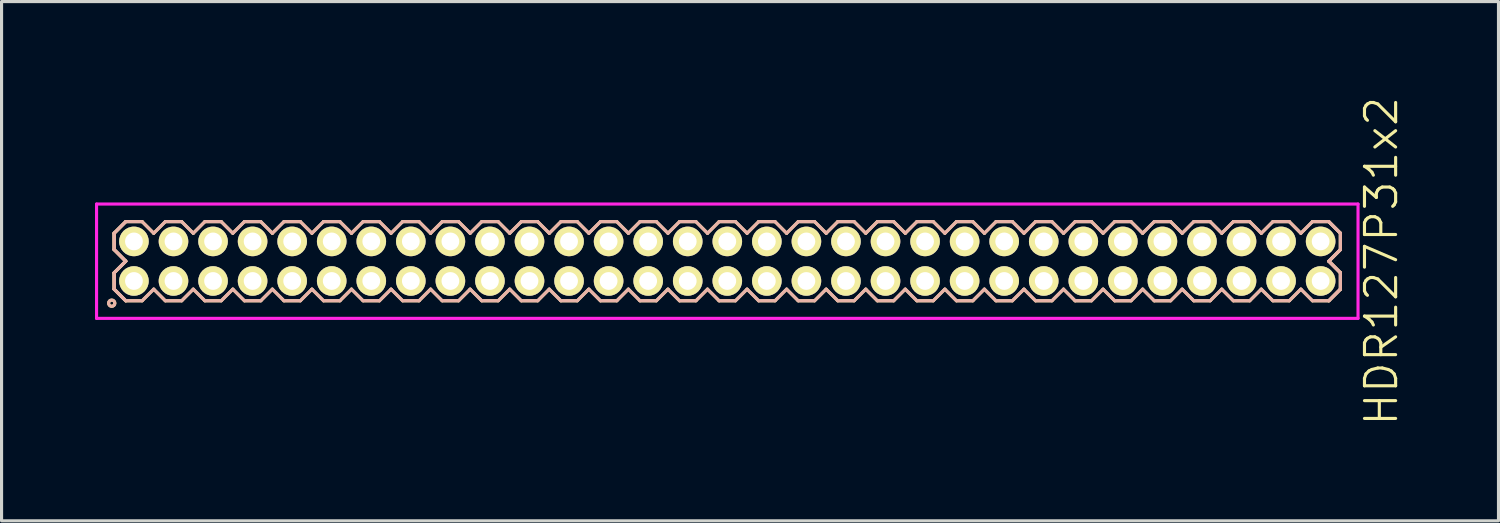
<source format=kicad_pcb>
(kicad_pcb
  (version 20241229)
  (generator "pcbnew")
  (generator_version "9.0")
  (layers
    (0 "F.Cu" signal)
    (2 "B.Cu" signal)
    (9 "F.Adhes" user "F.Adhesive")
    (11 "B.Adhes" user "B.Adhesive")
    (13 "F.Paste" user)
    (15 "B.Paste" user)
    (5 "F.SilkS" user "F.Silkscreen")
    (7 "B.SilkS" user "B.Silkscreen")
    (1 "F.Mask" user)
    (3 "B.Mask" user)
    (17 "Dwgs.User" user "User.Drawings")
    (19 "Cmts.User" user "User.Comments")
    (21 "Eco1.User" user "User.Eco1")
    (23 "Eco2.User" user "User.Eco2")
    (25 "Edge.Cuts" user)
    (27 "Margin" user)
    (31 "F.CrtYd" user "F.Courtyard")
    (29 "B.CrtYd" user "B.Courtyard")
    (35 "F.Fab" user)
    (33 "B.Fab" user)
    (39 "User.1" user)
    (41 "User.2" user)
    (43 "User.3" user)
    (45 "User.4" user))
  (footprint "HDR127P31x2"
    (layer "F.Cu")
    (at 20.3 5.336)
    (property "Reference" "HDR127P31x2" (at 21 0 90) (layer "F.SilkS") (effects (font (size 1 1) (thickness 0.1))))
    (attr through_hole)
    (fp_line (start -19.685 -0.898) (end -19.313 -1.27) (stroke (width 0.1) (type solid)) (layer "F.SilkS"))
    (fp_line (start -19.685 -0.898) (end -19.313 -1.27) (stroke (width 0.1) (type solid)) (layer "F.SilkS"))
    (fp_line (start -19.685 -0.372) (end -19.685 -0.898) (stroke (width 0.1) (type solid)) (layer "F.SilkS"))
    (fp_line (start -19.685 -0.372) (end -19.685 -0.898) (stroke (width 0.1) (type solid)) (layer "F.SilkS"))
    (fp_line (start -19.685 0.372) (end -19.313 0) (stroke (width 0.1) (type solid)) (layer "F.SilkS"))
    (fp_line (start -19.685 0.372) (end -19.313 0) (stroke (width 0.1) (type solid)) (layer "F.SilkS"))
    (fp_line (start -19.685 0.898) (end -19.685 0.372) (stroke (width 0.1) (type solid)) (layer "F.SilkS"))
    (fp_line (start -19.685 0.898) (end -19.685 0.372) (stroke (width 0.1) (type solid)) (layer "F.SilkS"))
    (fp_line (start -19.313 -1.27) (end -18.787 -1.27) (stroke (width 0.1) (type solid)) (layer "F.SilkS"))
    (fp_line (start -19.313 0) (end -19.685 -0.372) (stroke (width 0.1) (type solid)) (layer "F.SilkS"))
    (fp_line (start -19.313 0) (end -19.685 -0.372) (stroke (width 0.1) (type solid)) (layer "F.SilkS"))
    (fp_line (start -19.313 1.27) (end -19.685 0.898) (stroke (width 0.1) (type solid)) (layer "F.SilkS"))
    (fp_line (start -19.313 1.27) (end -19.685 0.898) (stroke (width 0.1) (type solid)) (layer "F.SilkS"))
    (fp_line (start -18.787 -1.27) (end -18.415 -0.898) (stroke (width 0.1) (type solid)) (layer "F.SilkS"))
    (fp_line (start -18.787 1.27) (end -19.313 1.27) (stroke (width 0.1) (type solid)) (layer "F.SilkS"))
    (fp_line (start -18.415 -0.898) (end -18.043 -1.27) (stroke (width 0.1) (type solid)) (layer "F.SilkS"))
    (fp_line (start -18.415 0.898) (end -18.787 1.27) (stroke (width 0.1) (type solid)) (layer "F.SilkS"))
    (fp_line (start -18.043 -1.27) (end -17.517 -1.27) (stroke (width 0.1) (type solid)) (layer "F.SilkS"))
    (fp_line (start -18.043 1.27) (end -18.415 0.898) (stroke (width 0.1) (type solid)) (layer "F.SilkS"))
    (fp_line (start -17.517 -1.27) (end -17.145 -0.898) (stroke (width 0.1) (type solid)) (layer "F.SilkS"))
    (fp_line (start -17.517 1.27) (end -18.043 1.27) (stroke (width 0.1) (type solid)) (layer "F.SilkS"))
    (fp_line (start -17.145 -0.898) (end -16.773 -1.27) (stroke (width 0.1) (type solid)) (layer "F.SilkS"))
    (fp_line (start -17.145 0.898) (end -17.517 1.27) (stroke (width 0.1) (type solid)) (layer "F.SilkS"))
    (fp_line (start -16.773 -1.27) (end -16.247 -1.27) (stroke (width 0.1) (type solid)) (layer "F.SilkS"))
    (fp_line (start -16.773 1.27) (end -17.145 0.898) (stroke (width 0.1) (type solid)) (layer "F.SilkS"))
    (fp_line (start -16.247 -1.27) (end -15.875 -0.898) (stroke (width 0.1) (type solid)) (layer "F.SilkS"))
    (fp_line (start -16.247 1.27) (end -16.773 1.27) (stroke (width 0.1) (type solid)) (layer "F.SilkS"))
    (fp_line (start -15.875 -0.898) (end -15.503 -1.27) (stroke (width 0.1) (type solid)) (layer "F.SilkS"))
    (fp_line (start -15.875 0.898) (end -16.247 1.27) (stroke (width 0.1) (type solid)) (layer "F.SilkS"))
    (fp_line (start -15.503 -1.27) (end -14.977 -1.27) (stroke (width 0.1) (type solid)) (layer "F.SilkS"))
    (fp_line (start -15.503 1.27) (end -15.875 0.898) (stroke (width 0.1) (type solid)) (layer "F.SilkS"))
    (fp_line (start -14.977 -1.27) (end -14.605 -0.898) (stroke (width 0.1) (type solid)) (layer "F.SilkS"))
    (fp_line (start -14.977 1.27) (end -15.503 1.27) (stroke (width 0.1) (type solid)) (layer "F.SilkS"))
    (fp_line (start -14.605 -0.898) (end -14.233 -1.27) (stroke (width 0.1) (type solid)) (layer "F.SilkS"))
    (fp_line (start -14.605 0.898) (end -14.977 1.27) (stroke (width 0.1) (type solid)) (layer "F.SilkS"))
    (fp_line (start -14.233 -1.27) (end -13.707 -1.27) (stroke (width 0.1) (type solid)) (layer "F.SilkS"))
    (fp_line (start -14.233 1.27) (end -14.605 0.898) (stroke (width 0.1) (type solid)) (layer "F.SilkS"))
    (fp_line (start -13.707 -1.27) (end -13.335 -0.898) (stroke (width 0.1) (type solid)) (layer "F.SilkS"))
    (fp_line (start -13.707 1.27) (end -14.233 1.27) (stroke (width 0.1) (type solid)) (layer "F.SilkS"))
    (fp_line (start -13.335 -0.898) (end -12.963 -1.27) (stroke (width 0.1) (type solid)) (layer "F.SilkS"))
    (fp_line (start -13.335 0.898) (end -13.707 1.27) (stroke (width 0.1) (type solid)) (layer "F.SilkS"))
    (fp_line (start -12.963 -1.27) (end -12.437 -1.27) (stroke (width 0.1) (type solid)) (layer "F.SilkS"))
    (fp_line (start -12.963 1.27) (end -13.335 0.898) (stroke (width 0.1) (type solid)) (layer "F.SilkS"))
    (fp_line (start -12.437 -1.27) (end -12.065 -0.898) (stroke (width 0.1) (type solid)) (layer "F.SilkS"))
    (fp_line (start -12.437 1.27) (end -12.963 1.27) (stroke (width 0.1) (type solid)) (layer "F.SilkS"))
    (fp_line (start -12.065 -0.898) (end -11.693 -1.27) (stroke (width 0.1) (type solid)) (layer "F.SilkS"))
    (fp_line (start -12.065 0.898) (end -12.437 1.27) (stroke (width 0.1) (type solid)) (layer "F.SilkS"))
    (fp_line (start -11.693 -1.27) (end -11.167 -1.27) (stroke (width 0.1) (type solid)) (layer "F.SilkS"))
    (fp_line (start -11.693 1.27) (end -12.065 0.898) (stroke (width 0.1) (type solid)) (layer "F.SilkS"))
    (fp_line (start -11.167 -1.27) (end -10.795 -0.898) (stroke (width 0.1) (type solid)) (layer "F.SilkS"))
    (fp_line (start -11.167 1.27) (end -11.693 1.27) (stroke (width 0.1) (type solid)) (layer "F.SilkS"))
    (fp_line (start -10.795 -0.898) (end -10.423 -1.27) (stroke (width 0.1) (type solid)) (layer "F.SilkS"))
    (fp_line (start -10.795 0.898) (end -11.167 1.27) (stroke (width 0.1) (type solid)) (layer "F.SilkS"))
    (fp_line (start -10.423 -1.27) (end -9.897 -1.27) (stroke (width 0.1) (type solid)) (layer "F.SilkS"))
    (fp_line (start -10.423 1.27) (end -10.795 0.898) (stroke (width 0.1) (type solid)) (layer "F.SilkS"))
    (fp_line (start -9.897 -1.27) (end -9.525 -0.898) (stroke (width 0.1) (type solid)) (layer "F.SilkS"))
    (fp_line (start -9.897 1.27) (end -10.423 1.27) (stroke (width 0.1) (type solid)) (layer "F.SilkS"))
    (fp_line (start -9.525 -0.898) (end -9.153 -1.27) (stroke (width 0.1) (type solid)) (layer "F.SilkS"))
    (fp_line (start -9.525 0.898) (end -9.897 1.27) (stroke (width 0.1) (type solid)) (layer "F.SilkS"))
    (fp_line (start -9.153 -1.27) (end -8.627 -1.27) (stroke (width 0.1) (type solid)) (layer "F.SilkS"))
    (fp_line (start -9.153 1.27) (end -9.525 0.898) (stroke (width 0.1) (type solid)) (layer "F.SilkS"))
    (fp_line (start -8.627 -1.27) (end -8.255 -0.898) (stroke (width 0.1) (type solid)) (layer "F.SilkS"))
    (fp_line (start -8.627 1.27) (end -9.153 1.27) (stroke (width 0.1) (type solid)) (layer "F.SilkS"))
    (fp_line (start -8.255 -0.898) (end -7.883 -1.27) (stroke (width 0.1) (type solid)) (layer "F.SilkS"))
    (fp_line (start -8.255 0.898) (end -8.627 1.27) (stroke (width 0.1) (type solid)) (layer "F.SilkS"))
    (fp_line (start -7.883 -1.27) (end -7.357 -1.27) (stroke (width 0.1) (type solid)) (layer "F.SilkS"))
    (fp_line (start -7.883 1.27) (end -8.255 0.898) (stroke (width 0.1) (type solid)) (layer "F.SilkS"))
    (fp_line (start -7.357 -1.27) (end -6.985 -0.898) (stroke (width 0.1) (type solid)) (layer "F.SilkS"))
    (fp_line (start -7.357 1.27) (end -7.883 1.27) (stroke (width 0.1) (type solid)) (layer "F.SilkS"))
    (fp_line (start -6.985 -0.898) (end -6.613 -1.27) (stroke (width 0.1) (type solid)) (layer "F.SilkS"))
    (fp_line (start -6.985 0.898) (end -7.357 1.27) (stroke (width 0.1) (type solid)) (layer "F.SilkS"))
    (fp_line (start -6.613 -1.27) (end -6.087 -1.27) (stroke (width 0.1) (type solid)) (layer "F.SilkS"))
    (fp_line (start -6.613 1.27) (end -6.985 0.898) (stroke (width 0.1) (type solid)) (layer "F.SilkS"))
    (fp_line (start -6.087 -1.27) (end -5.715 -0.898) (stroke (width 0.1) (type solid)) (layer "F.SilkS"))
    (fp_line (start -6.087 1.27) (end -6.613 1.27) (stroke (width 0.1) (type solid)) (layer "F.SilkS"))
    (fp_line (start -5.715 -0.898) (end -5.343 -1.27) (stroke (width 0.1) (type solid)) (layer "F.SilkS"))
    (fp_line (start -5.715 0.898) (end -6.087 1.27) (stroke (width 0.1) (type solid)) (layer "F.SilkS"))
    (fp_line (start -5.343 -1.27) (end -4.817 -1.27) (stroke (width 0.1) (type solid)) (layer "F.SilkS"))
    (fp_line (start -5.343 1.27) (end -5.715 0.898) (stroke (width 0.1) (type solid)) (layer "F.SilkS"))
    (fp_line (start -4.817 -1.27) (end -4.445 -0.898) (stroke (width 0.1) (type solid)) (layer "F.SilkS"))
    (fp_line (start -4.817 1.27) (end -5.343 1.27) (stroke (width 0.1) (type solid)) (layer "F.SilkS"))
    (fp_line (start -4.445 -0.898) (end -4.073 -1.27) (stroke (width 0.1) (type solid)) (layer "F.SilkS"))
    (fp_line (start -4.445 0.898) (end -4.817 1.27) (stroke (width 0.1) (type solid)) (layer "F.SilkS"))
    (fp_line (start -4.073 -1.27) (end -3.547 -1.27) (stroke (width 0.1) (type solid)) (layer "F.SilkS"))
    (fp_line (start -4.073 1.27) (end -4.445 0.898) (stroke (width 0.1) (type solid)) (layer "F.SilkS"))
    (fp_line (start -3.547 -1.27) (end -3.175 -0.898) (stroke (width 0.1) (type solid)) (layer "F.SilkS"))
    (fp_line (start -3.547 1.27) (end -4.073 1.27) (stroke (width 0.1) (type solid)) (layer "F.SilkS"))
    (fp_line (start -3.175 -0.898) (end -2.803 -1.27) (stroke (width 0.1) (type solid)) (layer "F.SilkS"))
    (fp_line (start -3.175 0.898) (end -3.547 1.27) (stroke (width 0.1) (type solid)) (layer "F.SilkS"))
    (fp_line (start -2.803 -1.27) (end -2.277 -1.27) (stroke (width 0.1) (type solid)) (layer "F.SilkS"))
    (fp_line (start -2.803 1.27) (end -3.175 0.898) (stroke (width 0.1) (type solid)) (layer "F.SilkS"))
    (fp_line (start -2.277 -1.27) (end -1.905 -0.898) (stroke (width 0.1) (type solid)) (layer "F.SilkS"))
    (fp_line (start -2.277 1.27) (end -2.803 1.27) (stroke (width 0.1) (type solid)) (layer "F.SilkS"))
    (fp_line (start -1.905 -0.898) (end -1.533 -1.27) (stroke (width 0.1) (type solid)) (layer "F.SilkS"))
    (fp_line (start -1.905 0.898) (end -2.277 1.27) (stroke (width 0.1) (type solid)) (layer "F.SilkS"))
    (fp_line (start -1.533 -1.27) (end -1.007 -1.27) (stroke (width 0.1) (type solid)) (layer "F.SilkS"))
    (fp_line (start -1.533 1.27) (end -1.905 0.898) (stroke (width 0.1) (type solid)) (layer "F.SilkS"))
    (fp_line (start -1.007 -1.27) (end -0.635 -0.898) (stroke (width 0.1) (type solid)) (layer "F.SilkS"))
    (fp_line (start -1.007 1.27) (end -1.533 1.27) (stroke (width 0.1) (type solid)) (layer "F.SilkS"))
    (fp_line (start -0.635 -0.898) (end -0.263 -1.27) (stroke (width 0.1) (type solid)) (layer "F.SilkS"))
    (fp_line (start -0.635 0.898) (end -1.007 1.27) (stroke (width 0.1) (type solid)) (layer "F.SilkS"))
    (fp_line (start -0.263 -1.27) (end 0.263 -1.27) (stroke (width 0.1) (type solid)) (layer "F.SilkS"))
    (fp_line (start -0.263 1.27) (end -0.635 0.898) (stroke (width 0.1) (type solid)) (layer "F.SilkS"))
    (fp_line (start 0.263 -1.27) (end 0.635 -0.898) (stroke (width 0.1) (type solid)) (layer "F.SilkS"))
    (fp_line (start 0.263 1.27) (end -0.263 1.27) (stroke (width 0.1) (type solid)) (layer "F.SilkS"))
    (fp_line (start 0.635 -0.898) (end 1.007 -1.27) (stroke (width 0.1) (type solid)) (layer "F.SilkS"))
    (fp_line (start 0.635 0.898) (end 0.263 1.27) (stroke (width 0.1) (type solid)) (layer "F.SilkS"))
    (fp_line (start 1.007 -1.27) (end 1.533 -1.27) (stroke (width 0.1) (type solid)) (layer "F.SilkS"))
    (fp_line (start 1.007 1.27) (end 0.635 0.898) (stroke (width 0.1) (type solid)) (layer "F.SilkS"))
    (fp_line (start 1.533 -1.27) (end 1.905 -0.898) (stroke (width 0.1) (type solid)) (layer "F.SilkS"))
    (fp_line (start 1.533 1.27) (end 1.007 1.27) (stroke (width 0.1) (type solid)) (layer "F.SilkS"))
    (fp_line (start 1.905 -0.898) (end 2.277 -1.27) (stroke (width 0.1) (type solid)) (layer "F.SilkS"))
    (fp_line (start 1.905 0.898) (end 1.533 1.27) (stroke (width 0.1) (type solid)) (layer "F.SilkS"))
    (fp_line (start 2.277 -1.27) (end 2.803 -1.27) (stroke (width 0.1) (type solid)) (layer "F.SilkS"))
    (fp_line (start 2.277 1.27) (end 1.905 0.898) (stroke (width 0.1) (type solid)) (layer "F.SilkS"))
    (fp_line (start 2.803 -1.27) (end 3.175 -0.898) (stroke (width 0.1) (type solid)) (layer "F.SilkS"))
    (fp_line (start 2.803 1.27) (end 2.277 1.27) (stroke (width 0.1) (type solid)) (layer "F.SilkS"))
    (fp_line (start 3.175 -0.898) (end 3.547 -1.27) (stroke (width 0.1) (type solid)) (layer "F.SilkS"))
    (fp_line (start 3.175 0.898) (end 2.803 1.27) (stroke (width 0.1) (type solid)) (layer "F.SilkS"))
    (fp_line (start 3.547 -1.27) (end 4.073 -1.27) (stroke (width 0.1) (type solid)) (layer "F.SilkS"))
    (fp_line (start 3.547 1.27) (end 3.175 0.898) (stroke (width 0.1) (type solid)) (layer "F.SilkS"))
    (fp_line (start 4.073 -1.27) (end 4.445 -0.898) (stroke (width 0.1) (type solid)) (layer "F.SilkS"))
    (fp_line (start 4.073 1.27) (end 3.547 1.27) (stroke (width 0.1) (type solid)) (layer "F.SilkS"))
    (fp_line (start 4.445 -0.898) (end 4.817 -1.27) (stroke (width 0.1) (type solid)) (layer "F.SilkS"))
    (fp_line (start 4.445 0.898) (end 4.073 1.27) (stroke (width 0.1) (type solid)) (layer "F.SilkS"))
    (fp_line (start 4.817 -1.27) (end 5.343 -1.27) (stroke (width 0.1) (type solid)) (layer "F.SilkS"))
    (fp_line (start 4.817 1.27) (end 4.445 0.898) (stroke (width 0.1) (type solid)) (layer "F.SilkS"))
    (fp_line (start 5.343 -1.27) (end 5.715 -0.898) (stroke (width 0.1) (type solid)) (layer "F.SilkS"))
    (fp_line (start 5.343 1.27) (end 4.817 1.27) (stroke (width 0.1) (type solid)) (layer "F.SilkS"))
    (fp_line (start 5.715 -0.898) (end 6.087 -1.27) (stroke (width 0.1) (type solid)) (layer "F.SilkS"))
    (fp_line (start 5.715 0.898) (end 5.343 1.27) (stroke (width 0.1) (type solid)) (layer "F.SilkS"))
    (fp_line (start 6.087 -1.27) (end 6.613 -1.27) (stroke (width 0.1) (type solid)) (layer "F.SilkS"))
    (fp_line (start 6.087 1.27) (end 5.715 0.898) (stroke (width 0.1) (type solid)) (layer "F.SilkS"))
    (fp_line (start 6.613 -1.27) (end 6.985 -0.898) (stroke (width 0.1) (type solid)) (layer "F.SilkS"))
    (fp_line (start 6.613 1.27) (end 6.087 1.27) (stroke (width 0.1) (type solid)) (layer "F.SilkS"))
    (fp_line (start 6.985 -0.898) (end 7.357 -1.27) (stroke (width 0.1) (type solid)) (layer "F.SilkS"))
    (fp_line (start 6.985 0.898) (end 6.613 1.27) (stroke (width 0.1) (type solid)) (layer "F.SilkS"))
    (fp_line (start 7.357 -1.27) (end 7.883 -1.27) (stroke (width 0.1) (type solid)) (layer "F.SilkS"))
    (fp_line (start 7.357 1.27) (end 6.985 0.898) (stroke (width 0.1) (type solid)) (layer "F.SilkS"))
    (fp_line (start 7.883 -1.27) (end 8.255 -0.898) (stroke (width 0.1) (type solid)) (layer "F.SilkS"))
    (fp_line (start 7.883 1.27) (end 7.357 1.27) (stroke (width 0.1) (type solid)) (layer "F.SilkS"))
    (fp_line (start 8.255 -0.898) (end 8.627 -1.27) (stroke (width 0.1) (type solid)) (layer "F.SilkS"))
    (fp_line (start 8.255 0.898) (end 7.883 1.27) (stroke (width 0.1) (type solid)) (layer "F.SilkS"))
    (fp_line (start 8.627 -1.27) (end 9.153 -1.27) (stroke (width 0.1) (type solid)) (layer "F.SilkS"))
    (fp_line (start 8.627 1.27) (end 8.255 0.898) (stroke (width 0.1) (type solid)) (layer "F.SilkS"))
    (fp_line (start 9.153 -1.27) (end 9.525 -0.898) (stroke (width 0.1) (type solid)) (layer "F.SilkS"))
    (fp_line (start 9.153 1.27) (end 8.627 1.27) (stroke (width 0.1) (type solid)) (layer "F.SilkS"))
    (fp_line (start 9.525 -0.898) (end 9.897 -1.27) (stroke (width 0.1) (type solid)) (layer "F.SilkS"))
    (fp_line (start 9.525 0.898) (end 9.153 1.27) (stroke (width 0.1) (type solid)) (layer "F.SilkS"))
    (fp_line (start 9.897 -1.27) (end 10.423 -1.27) (stroke (width 0.1) (type solid)) (layer "F.SilkS"))
    (fp_line (start 9.897 1.27) (end 9.525 0.898) (stroke (width 0.1) (type solid)) (layer "F.SilkS"))
    (fp_line (start 10.423 -1.27) (end 10.795 -0.898) (stroke (width 0.1) (type solid)) (layer "F.SilkS"))
    (fp_line (start 10.423 1.27) (end 9.897 1.27) (stroke (width 0.1) (type solid)) (layer "F.SilkS"))
    (fp_line (start 10.795 -0.898) (end 11.167 -1.27) (stroke (width 0.1) (type solid)) (layer "F.SilkS"))
    (fp_line (start 10.795 0.898) (end 10.423 1.27) (stroke (width 0.1) (type solid)) (layer "F.SilkS"))
    (fp_line (start 11.167 -1.27) (end 11.693 -1.27) (stroke (width 0.1) (type solid)) (layer "F.SilkS"))
    (fp_line (start 11.167 1.27) (end 10.795 0.898) (stroke (width 0.1) (type solid)) (layer "F.SilkS"))
    (fp_line (start 11.693 -1.27) (end 12.065 -0.898) (stroke (width 0.1) (type solid)) (layer "F.SilkS"))
    (fp_line (start 11.693 1.27) (end 11.167 1.27) (stroke (width 0.1) (type solid)) (layer "F.SilkS"))
    (fp_line (start 12.065 -0.898) (end 12.437 -1.27) (stroke (width 0.1) (type solid)) (layer "F.SilkS"))
    (fp_line (start 12.065 0.898) (end 11.693 1.27) (stroke (width 0.1) (type solid)) (layer "F.SilkS"))
    (fp_line (start 12.437 -1.27) (end 12.963 -1.27) (stroke (width 0.1) (type solid)) (layer "F.SilkS"))
    (fp_line (start 12.437 1.27) (end 12.065 0.898) (stroke (width 0.1) (type solid)) (layer "F.SilkS"))
    (fp_line (start 12.963 -1.27) (end 13.335 -0.898) (stroke (width 0.1) (type solid)) (layer "F.SilkS"))
    (fp_line (start 12.963 1.27) (end 12.437 1.27) (stroke (width 0.1) (type solid)) (layer "F.SilkS"))
    (fp_line (start 13.335 -0.898) (end 13.707 -1.27) (stroke (width 0.1) (type solid)) (layer "F.SilkS"))
    (fp_line (start 13.335 0.898) (end 12.963 1.27) (stroke (width 0.1) (type solid)) (layer "F.SilkS"))
    (fp_line (start 13.707 -1.27) (end 14.233 -1.27) (stroke (width 0.1) (type solid)) (layer "F.SilkS"))
    (fp_line (start 13.707 1.27) (end 13.335 0.898) (stroke (width 0.1) (type solid)) (layer "F.SilkS"))
    (fp_line (start 14.233 -1.27) (end 14.605 -0.898) (stroke (width 0.1) (type solid)) (layer "F.SilkS"))
    (fp_line (start 14.233 1.27) (end 13.707 1.27) (stroke (width 0.1) (type solid)) (layer "F.SilkS"))
    (fp_line (start 14.605 -0.898) (end 14.977 -1.27) (stroke (width 0.1) (type solid)) (layer "F.SilkS"))
    (fp_line (start 14.605 0.898) (end 14.233 1.27) (stroke (width 0.1) (type solid)) (layer "F.SilkS"))
    (fp_line (start 14.977 -1.27) (end 15.503 -1.27) (stroke (width 0.1) (type solid)) (layer "F.SilkS"))
    (fp_line (start 14.977 1.27) (end 14.605 0.898) (stroke (width 0.1) (type solid)) (layer "F.SilkS"))
    (fp_line (start 15.503 -1.27) (end 15.875 -0.898) (stroke (width 0.1) (type solid)) (layer "F.SilkS"))
    (fp_line (start 15.503 1.27) (end 14.977 1.27) (stroke (width 0.1) (type solid)) (layer "F.SilkS"))
    (fp_line (start 15.875 -0.898) (end 16.247 -1.27) (stroke (width 0.1) (type solid)) (layer "F.SilkS"))
    (fp_line (start 15.875 0.898) (end 15.503 1.27) (stroke (width 0.1) (type solid)) (layer "F.SilkS"))
    (fp_line (start 16.247 -1.27) (end 16.773 -1.27) (stroke (width 0.1) (type solid)) (layer "F.SilkS"))
    (fp_line (start 16.247 1.27) (end 15.875 0.898) (stroke (width 0.1) (type solid)) (layer "F.SilkS"))
    (fp_line (start 16.773 -1.27) (end 17.145 -0.898) (stroke (width 0.1) (type solid)) (layer "F.SilkS"))
    (fp_line (start 16.773 1.27) (end 16.247 1.27) (stroke (width 0.1) (type solid)) (layer "F.SilkS"))
    (fp_line (start 17.145 -0.898) (end 17.517 -1.27) (stroke (width 0.1) (type solid)) (layer "F.SilkS"))
    (fp_line (start 17.145 0.898) (end 16.773 1.27) (stroke (width 0.1) (type solid)) (layer "F.SilkS"))
    (fp_line (start 17.517 -1.27) (end 18.043 -1.27) (stroke (width 0.1) (type solid)) (layer "F.SilkS"))
    (fp_line (start 17.517 1.27) (end 17.145 0.898) (stroke (width 0.1) (type solid)) (layer "F.SilkS"))
    (fp_line (start 18.043 -1.27) (end 18.415 -0.898) (stroke (width 0.1) (type solid)) (layer "F.SilkS"))
    (fp_line (start 18.043 1.27) (end 17.517 1.27) (stroke (width 0.1) (type solid)) (layer "F.SilkS"))
    (fp_line (start 18.415 -0.898) (end 18.787 -1.27) (stroke (width 0.1) (type solid)) (layer "F.SilkS"))
    (fp_line (start 18.415 0.898) (end 18.043 1.27) (stroke (width 0.1) (type solid)) (layer "F.SilkS"))
    (fp_line (start 18.787 -1.27) (end 19.313 -1.27) (stroke (width 0.1) (type solid)) (layer "F.SilkS"))
    (fp_line (start 18.787 1.27) (end 18.415 0.898) (stroke (width 0.1) (type solid)) (layer "F.SilkS"))
    (fp_line (start 19.313 -1.27) (end 19.685 -0.898) (stroke (width 0.1) (type solid)) (layer "F.SilkS"))
    (fp_line (start 19.313 -1.27) (end 19.685 -0.898) (stroke (width 0.1) (type solid)) (layer "F.SilkS"))
    (fp_line (start 19.313 0) (end 19.685 0.372) (stroke (width 0.1) (type solid)) (layer "F.SilkS"))
    (fp_line (start 19.313 0) (end 19.685 0.372) (stroke (width 0.1) (type solid)) (layer "F.SilkS"))
    (fp_line (start 19.313 1.27) (end 18.787 1.27) (stroke (width 0.1) (type solid)) (layer "F.SilkS"))
    (fp_line (start 19.685 -0.898) (end 19.685 -0.372) (stroke (width 0.1) (type solid)) (layer "F.SilkS"))
    (fp_line (start 19.685 -0.898) (end 19.685 -0.372) (stroke (width 0.1) (type solid)) (layer "F.SilkS"))
    (fp_line (start 19.685 -0.372) (end 19.313 0) (stroke (width 0.1) (type solid)) (layer "F.SilkS"))
    (fp_line (start 19.685 -0.372) (end 19.313 0) (stroke (width 0.1) (type solid)) (layer "F.SilkS"))
    (fp_line (start 19.685 0.372) (end 19.685 0.898) (stroke (width 0.1) (type solid)) (layer "F.SilkS"))
    (fp_line (start 19.685 0.372) (end 19.685 0.898) (stroke (width 0.1) (type solid)) (layer "F.SilkS"))
    (fp_line (start 19.685 0.898) (end 19.313 1.27) (stroke (width 0.1) (type solid)) (layer "F.SilkS"))
    (fp_line (start 19.685 0.898) (end 19.313 1.27) (stroke (width 0.1) (type solid)) (layer "F.SilkS"))
    (fp_circle (center -19.763 1.348) (end -19.663 1.348) (stroke (width 0.1) (type solid)) (fill no) (layer "F.SilkS"))
    (fp_line (start -19.685 -0.898) (end -19.313 -1.27) (stroke (width 0.1) (type solid)) (layer "B.SilkS"))
    (fp_line (start -19.685 -0.898) (end -19.313 -1.27) (stroke (width 0.1) (type solid)) (layer "B.SilkS"))
    (fp_line (start -19.685 -0.372) (end -19.685 -0.898) (stroke (width 0.1) (type solid)) (layer "B.SilkS"))
    (fp_line (start -19.685 -0.372) (end -19.685 -0.898) (stroke (width 0.1) (type solid)) (layer "B.SilkS"))
    (fp_line (start -19.685 0.372) (end -19.313 0) (stroke (width 0.1) (type solid)) (layer "B.SilkS"))
    (fp_line (start -19.685 0.372) (end -19.313 0) (stroke (width 0.1) (type solid)) (layer "B.SilkS"))
    (fp_line (start -19.685 0.898) (end -19.685 0.372) (stroke (width 0.1) (type solid)) (layer "B.SilkS"))
    (fp_line (start -19.685 0.898) (end -19.685 0.372) (stroke (width 0.1) (type solid)) (layer "B.SilkS"))
    (fp_line (start -19.313 -1.27) (end -18.787 -1.27) (stroke (width 0.1) (type solid)) (layer "B.SilkS"))
    (fp_line (start -19.313 0) (end -19.685 -0.372) (stroke (width 0.1) (type solid)) (layer "B.SilkS"))
    (fp_line (start -19.313 0) (end -19.685 -0.372) (stroke (width 0.1) (type solid)) (layer "B.SilkS"))
    (fp_line (start -19.313 1.27) (end -19.685 0.898) (stroke (width 0.1) (type solid)) (layer "B.SilkS"))
    (fp_line (start -19.313 1.27) (end -19.685 0.898) (stroke (width 0.1) (type solid)) (layer "B.SilkS"))
    (fp_line (start -18.787 -1.27) (end -18.415 -0.898) (stroke (width 0.1) (type solid)) (layer "B.SilkS"))
    (fp_line (start -18.787 1.27) (end -19.313 1.27) (stroke (width 0.1) (type solid)) (layer "B.SilkS"))
    (fp_line (start -18.415 -0.898) (end -18.043 -1.27) (stroke (width 0.1) (type solid)) (layer "B.SilkS"))
    (fp_line (start -18.415 0.898) (end -18.787 1.27) (stroke (width 0.1) (type solid)) (layer "B.SilkS"))
    (fp_line (start -18.043 -1.27) (end -17.517 -1.27) (stroke (width 0.1) (type solid)) (layer "B.SilkS"))
    (fp_line (start -18.043 1.27) (end -18.415 0.898) (stroke (width 0.1) (type solid)) (layer "B.SilkS"))
    (fp_line (start -17.517 -1.27) (end -17.145 -0.898) (stroke (width 0.1) (type solid)) (layer "B.SilkS"))
    (fp_line (start -17.517 1.27) (end -18.043 1.27) (stroke (width 0.1) (type solid)) (layer "B.SilkS"))
    (fp_line (start -17.145 -0.898) (end -16.773 -1.27) (stroke (width 0.1) (type solid)) (layer "B.SilkS"))
    (fp_line (start -17.145 0.898) (end -17.517 1.27) (stroke (width 0.1) (type solid)) (layer "B.SilkS"))
    (fp_line (start -16.773 -1.27) (end -16.247 -1.27) (stroke (width 0.1) (type solid)) (layer "B.SilkS"))
    (fp_line (start -16.773 1.27) (end -17.145 0.898) (stroke (width 0.1) (type solid)) (layer "B.SilkS"))
    (fp_line (start -16.247 -1.27) (end -15.875 -0.898) (stroke (width 0.1) (type solid)) (layer "B.SilkS"))
    (fp_line (start -16.247 1.27) (end -16.773 1.27) (stroke (width 0.1) (type solid)) (layer "B.SilkS"))
    (fp_line (start -15.875 -0.898) (end -15.503 -1.27) (stroke (width 0.1) (type solid)) (layer "B.SilkS"))
    (fp_line (start -15.875 0.898) (end -16.247 1.27) (stroke (width 0.1) (type solid)) (layer "B.SilkS"))
    (fp_line (start -15.503 -1.27) (end -14.977 -1.27) (stroke (width 0.1) (type solid)) (layer "B.SilkS"))
    (fp_line (start -15.503 1.27) (end -15.875 0.898) (stroke (width 0.1) (type solid)) (layer "B.SilkS"))
    (fp_line (start -14.977 -1.27) (end -14.605 -0.898) (stroke (width 0.1) (type solid)) (layer "B.SilkS"))
    (fp_line (start -14.977 1.27) (end -15.503 1.27) (stroke (width 0.1) (type solid)) (layer "B.SilkS"))
    (fp_line (start -14.605 -0.898) (end -14.233 -1.27) (stroke (width 0.1) (type solid)) (layer "B.SilkS"))
    (fp_line (start -14.605 0.898) (end -14.977 1.27) (stroke (width 0.1) (type solid)) (layer "B.SilkS"))
    (fp_line (start -14.233 -1.27) (end -13.707 -1.27) (stroke (width 0.1) (type solid)) (layer "B.SilkS"))
    (fp_line (start -14.233 1.27) (end -14.605 0.898) (stroke (width 0.1) (type solid)) (layer "B.SilkS"))
    (fp_line (start -13.707 -1.27) (end -13.335 -0.898) (stroke (width 0.1) (type solid)) (layer "B.SilkS"))
    (fp_line (start -13.707 1.27) (end -14.233 1.27) (stroke (width 0.1) (type solid)) (layer "B.SilkS"))
    (fp_line (start -13.335 -0.898) (end -12.963 -1.27) (stroke (width 0.1) (type solid)) (layer "B.SilkS"))
    (fp_line (start -13.335 0.898) (end -13.707 1.27) (stroke (width 0.1) (type solid)) (layer "B.SilkS"))
    (fp_line (start -12.963 -1.27) (end -12.437 -1.27) (stroke (width 0.1) (type solid)) (layer "B.SilkS"))
    (fp_line (start -12.963 1.27) (end -13.335 0.898) (stroke (width 0.1) (type solid)) (layer "B.SilkS"))
    (fp_line (start -12.437 -1.27) (end -12.065 -0.898) (stroke (width 0.1) (type solid)) (layer "B.SilkS"))
    (fp_line (start -12.437 1.27) (end -12.963 1.27) (stroke (width 0.1) (type solid)) (layer "B.SilkS"))
    (fp_line (start -12.065 -0.898) (end -11.693 -1.27) (stroke (width 0.1) (type solid)) (layer "B.SilkS"))
    (fp_line (start -12.065 0.898) (end -12.437 1.27) (stroke (width 0.1) (type solid)) (layer "B.SilkS"))
    (fp_line (start -11.693 -1.27) (end -11.167 -1.27) (stroke (width 0.1) (type solid)) (layer "B.SilkS"))
    (fp_line (start -11.693 1.27) (end -12.065 0.898) (stroke (width 0.1) (type solid)) (layer "B.SilkS"))
    (fp_line (start -11.167 -1.27) (end -10.795 -0.898) (stroke (width 0.1) (type solid)) (layer "B.SilkS"))
    (fp_line (start -11.167 1.27) (end -11.693 1.27) (stroke (width 0.1) (type solid)) (layer "B.SilkS"))
    (fp_line (start -10.795 -0.898) (end -10.423 -1.27) (stroke (width 0.1) (type solid)) (layer "B.SilkS"))
    (fp_line (start -10.795 0.898) (end -11.167 1.27) (stroke (width 0.1) (type solid)) (layer "B.SilkS"))
    (fp_line (start -10.423 -1.27) (end -9.897 -1.27) (stroke (width 0.1) (type solid)) (layer "B.SilkS"))
    (fp_line (start -10.423 1.27) (end -10.795 0.898) (stroke (width 0.1) (type solid)) (layer "B.SilkS"))
    (fp_line (start -9.897 -1.27) (end -9.525 -0.898) (stroke (width 0.1) (type solid)) (layer "B.SilkS"))
    (fp_line (start -9.897 1.27) (end -10.423 1.27) (stroke (width 0.1) (type solid)) (layer "B.SilkS"))
    (fp_line (start -9.525 -0.898) (end -9.153 -1.27) (stroke (width 0.1) (type solid)) (layer "B.SilkS"))
    (fp_line (start -9.525 0.898) (end -9.897 1.27) (stroke (width 0.1) (type solid)) (layer "B.SilkS"))
    (fp_line (start -9.153 -1.27) (end -8.627 -1.27) (stroke (width 0.1) (type solid)) (layer "B.SilkS"))
    (fp_line (start -9.153 1.27) (end -9.525 0.898) (stroke (width 0.1) (type solid)) (layer "B.SilkS"))
    (fp_line (start -8.627 -1.27) (end -8.255 -0.898) (stroke (width 0.1) (type solid)) (layer "B.SilkS"))
    (fp_line (start -8.627 1.27) (end -9.153 1.27) (stroke (width 0.1) (type solid)) (layer "B.SilkS"))
    (fp_line (start -8.255 -0.898) (end -7.883 -1.27) (stroke (width 0.1) (type solid)) (layer "B.SilkS"))
    (fp_line (start -8.255 0.898) (end -8.627 1.27) (stroke (width 0.1) (type solid)) (layer "B.SilkS"))
    (fp_line (start -7.883 -1.27) (end -7.357 -1.27) (stroke (width 0.1) (type solid)) (layer "B.SilkS"))
    (fp_line (start -7.883 1.27) (end -8.255 0.898) (stroke (width 0.1) (type solid)) (layer "B.SilkS"))
    (fp_line (start -7.357 -1.27) (end -6.985 -0.898) (stroke (width 0.1) (type solid)) (layer "B.SilkS"))
    (fp_line (start -7.357 1.27) (end -7.883 1.27) (stroke (width 0.1) (type solid)) (layer "B.SilkS"))
    (fp_line (start -6.985 -0.898) (end -6.613 -1.27) (stroke (width 0.1) (type solid)) (layer "B.SilkS"))
    (fp_line (start -6.985 0.898) (end -7.357 1.27) (stroke (width 0.1) (type solid)) (layer "B.SilkS"))
    (fp_line (start -6.613 -1.27) (end -6.087 -1.27) (stroke (width 0.1) (type solid)) (layer "B.SilkS"))
    (fp_line (start -6.613 1.27) (end -6.985 0.898) (stroke (width 0.1) (type solid)) (layer "B.SilkS"))
    (fp_line (start -6.087 -1.27) (end -5.715 -0.898) (stroke (width 0.1) (type solid)) (layer "B.SilkS"))
    (fp_line (start -6.087 1.27) (end -6.613 1.27) (stroke (width 0.1) (type solid)) (layer "B.SilkS"))
    (fp_line (start -5.715 -0.898) (end -5.343 -1.27) (stroke (width 0.1) (type solid)) (layer "B.SilkS"))
    (fp_line (start -5.715 0.898) (end -6.087 1.27) (stroke (width 0.1) (type solid)) (layer "B.SilkS"))
    (fp_line (start -5.343 -1.27) (end -4.817 -1.27) (stroke (width 0.1) (type solid)) (layer "B.SilkS"))
    (fp_line (start -5.343 1.27) (end -5.715 0.898) (stroke (width 0.1) (type solid)) (layer "B.SilkS"))
    (fp_line (start -4.817 -1.27) (end -4.445 -0.898) (stroke (width 0.1) (type solid)) (layer "B.SilkS"))
    (fp_line (start -4.817 1.27) (end -5.343 1.27) (stroke (width 0.1) (type solid)) (layer "B.SilkS"))
    (fp_line (start -4.445 -0.898) (end -4.073 -1.27) (stroke (width 0.1) (type solid)) (layer "B.SilkS"))
    (fp_line (start -4.445 0.898) (end -4.817 1.27) (stroke (width 0.1) (type solid)) (layer "B.SilkS"))
    (fp_line (start -4.073 -1.27) (end -3.547 -1.27) (stroke (width 0.1) (type solid)) (layer "B.SilkS"))
    (fp_line (start -4.073 1.27) (end -4.445 0.898) (stroke (width 0.1) (type solid)) (layer "B.SilkS"))
    (fp_line (start -3.547 -1.27) (end -3.175 -0.898) (stroke (width 0.1) (type solid)) (layer "B.SilkS"))
    (fp_line (start -3.547 1.27) (end -4.073 1.27) (stroke (width 0.1) (type solid)) (layer "B.SilkS"))
    (fp_line (start -3.175 -0.898) (end -2.803 -1.27) (stroke (width 0.1) (type solid)) (layer "B.SilkS"))
    (fp_line (start -3.175 0.898) (end -3.547 1.27) (stroke (width 0.1) (type solid)) (layer "B.SilkS"))
    (fp_line (start -2.803 -1.27) (end -2.277 -1.27) (stroke (width 0.1) (type solid)) (layer "B.SilkS"))
    (fp_line (start -2.803 1.27) (end -3.175 0.898) (stroke (width 0.1) (type solid)) (layer "B.SilkS"))
    (fp_line (start -2.277 -1.27) (end -1.905 -0.898) (stroke (width 0.1) (type solid)) (layer "B.SilkS"))
    (fp_line (start -2.277 1.27) (end -2.803 1.27) (stroke (width 0.1) (type solid)) (layer "B.SilkS"))
    (fp_line (start -1.905 -0.898) (end -1.533 -1.27) (stroke (width 0.1) (type solid)) (layer "B.SilkS"))
    (fp_line (start -1.905 0.898) (end -2.277 1.27) (stroke (width 0.1) (type solid)) (layer "B.SilkS"))
    (fp_line (start -1.533 -1.27) (end -1.007 -1.27) (stroke (width 0.1) (type solid)) (layer "B.SilkS"))
    (fp_line (start -1.533 1.27) (end -1.905 0.898) (stroke (width 0.1) (type solid)) (layer "B.SilkS"))
    (fp_line (start -1.007 -1.27) (end -0.635 -0.898) (stroke (width 0.1) (type solid)) (layer "B.SilkS"))
    (fp_line (start -1.007 1.27) (end -1.533 1.27) (stroke (width 0.1) (type solid)) (layer "B.SilkS"))
    (fp_line (start -0.635 -0.898) (end -0.263 -1.27) (stroke (width 0.1) (type solid)) (layer "B.SilkS"))
    (fp_line (start -0.635 0.898) (end -1.007 1.27) (stroke (width 0.1) (type solid)) (layer "B.SilkS"))
    (fp_line (start -0.263 -1.27) (end 0.263 -1.27) (stroke (width 0.1) (type solid)) (layer "B.SilkS"))
    (fp_line (start -0.263 1.27) (end -0.635 0.898) (stroke (width 0.1) (type solid)) (layer "B.SilkS"))
    (fp_line (start 0.263 -1.27) (end 0.635 -0.898) (stroke (width 0.1) (type solid)) (layer "B.SilkS"))
    (fp_line (start 0.263 1.27) (end -0.263 1.27) (stroke (width 0.1) (type solid)) (layer "B.SilkS"))
    (fp_line (start 0.635 -0.898) (end 1.007 -1.27) (stroke (width 0.1) (type solid)) (layer "B.SilkS"))
    (fp_line (start 0.635 0.898) (end 0.263 1.27) (stroke (width 0.1) (type solid)) (layer "B.SilkS"))
    (fp_line (start 1.007 -1.27) (end 1.533 -1.27) (stroke (width 0.1) (type solid)) (layer "B.SilkS"))
    (fp_line (start 1.007 1.27) (end 0.635 0.898) (stroke (width 0.1) (type solid)) (layer "B.SilkS"))
    (fp_line (start 1.533 -1.27) (end 1.905 -0.898) (stroke (width 0.1) (type solid)) (layer "B.SilkS"))
    (fp_line (start 1.533 1.27) (end 1.007 1.27) (stroke (width 0.1) (type solid)) (layer "B.SilkS"))
    (fp_line (start 1.905 -0.898) (end 2.277 -1.27) (stroke (width 0.1) (type solid)) (layer "B.SilkS"))
    (fp_line (start 1.905 0.898) (end 1.533 1.27) (stroke (width 0.1) (type solid)) (layer "B.SilkS"))
    (fp_line (start 2.277 -1.27) (end 2.803 -1.27) (stroke (width 0.1) (type solid)) (layer "B.SilkS"))
    (fp_line (start 2.277 1.27) (end 1.905 0.898) (stroke (width 0.1) (type solid)) (layer "B.SilkS"))
    (fp_line (start 2.803 -1.27) (end 3.175 -0.898) (stroke (width 0.1) (type solid)) (layer "B.SilkS"))
    (fp_line (start 2.803 1.27) (end 2.277 1.27) (stroke (width 0.1) (type solid)) (layer "B.SilkS"))
    (fp_line (start 3.175 -0.898) (end 3.547 -1.27) (stroke (width 0.1) (type solid)) (layer "B.SilkS"))
    (fp_line (start 3.175 0.898) (end 2.803 1.27) (stroke (width 0.1) (type solid)) (layer "B.SilkS"))
    (fp_line (start 3.547 -1.27) (end 4.073 -1.27) (stroke (width 0.1) (type solid)) (layer "B.SilkS"))
    (fp_line (start 3.547 1.27) (end 3.175 0.898) (stroke (width 0.1) (type solid)) (layer "B.SilkS"))
    (fp_line (start 4.073 -1.27) (end 4.445 -0.898) (stroke (width 0.1) (type solid)) (layer "B.SilkS"))
    (fp_line (start 4.073 1.27) (end 3.547 1.27) (stroke (width 0.1) (type solid)) (layer "B.SilkS"))
    (fp_line (start 4.445 -0.898) (end 4.817 -1.27) (stroke (width 0.1) (type solid)) (layer "B.SilkS"))
    (fp_line (start 4.445 0.898) (end 4.073 1.27) (stroke (width 0.1) (type solid)) (layer "B.SilkS"))
    (fp_line (start 4.817 -1.27) (end 5.343 -1.27) (stroke (width 0.1) (type solid)) (layer "B.SilkS"))
    (fp_line (start 4.817 1.27) (end 4.445 0.898) (stroke (width 0.1) (type solid)) (layer "B.SilkS"))
    (fp_line (start 5.343 -1.27) (end 5.715 -0.898) (stroke (width 0.1) (type solid)) (layer "B.SilkS"))
    (fp_line (start 5.343 1.27) (end 4.817 1.27) (stroke (width 0.1) (type solid)) (layer "B.SilkS"))
    (fp_line (start 5.715 -0.898) (end 6.087 -1.27) (stroke (width 0.1) (type solid)) (layer "B.SilkS"))
    (fp_line (start 5.715 0.898) (end 5.343 1.27) (stroke (width 0.1) (type solid)) (layer "B.SilkS"))
    (fp_line (start 6.087 -1.27) (end 6.613 -1.27) (stroke (width 0.1) (type solid)) (layer "B.SilkS"))
    (fp_line (start 6.087 1.27) (end 5.715 0.898) (stroke (width 0.1) (type solid)) (layer "B.SilkS"))
    (fp_line (start 6.613 -1.27) (end 6.985 -0.898) (stroke (width 0.1) (type solid)) (layer "B.SilkS"))
    (fp_line (start 6.613 1.27) (end 6.087 1.27) (stroke (width 0.1) (type solid)) (layer "B.SilkS"))
    (fp_line (start 6.985 -0.898) (end 7.357 -1.27) (stroke (width 0.1) (type solid)) (layer "B.SilkS"))
    (fp_line (start 6.985 0.898) (end 6.613 1.27) (stroke (width 0.1) (type solid)) (layer "B.SilkS"))
    (fp_line (start 7.357 -1.27) (end 7.883 -1.27) (stroke (width 0.1) (type solid)) (layer "B.SilkS"))
    (fp_line (start 7.357 1.27) (end 6.985 0.898) (stroke (width 0.1) (type solid)) (layer "B.SilkS"))
    (fp_line (start 7.883 -1.27) (end 8.255 -0.898) (stroke (width 0.1) (type solid)) (layer "B.SilkS"))
    (fp_line (start 7.883 1.27) (end 7.357 1.27) (stroke (width 0.1) (type solid)) (layer "B.SilkS"))
    (fp_line (start 8.255 -0.898) (end 8.627 -1.27) (stroke (width 0.1) (type solid)) (layer "B.SilkS"))
    (fp_line (start 8.255 0.898) (end 7.883 1.27) (stroke (width 0.1) (type solid)) (layer "B.SilkS"))
    (fp_line (start 8.627 -1.27) (end 9.153 -1.27) (stroke (width 0.1) (type solid)) (layer "B.SilkS"))
    (fp_line (start 8.627 1.27) (end 8.255 0.898) (stroke (width 0.1) (type solid)) (layer "B.SilkS"))
    (fp_line (start 9.153 -1.27) (end 9.525 -0.898) (stroke (width 0.1) (type solid)) (layer "B.SilkS"))
    (fp_line (start 9.153 1.27) (end 8.627 1.27) (stroke (width 0.1) (type solid)) (layer "B.SilkS"))
    (fp_line (start 9.525 -0.898) (end 9.897 -1.27) (stroke (width 0.1) (type solid)) (layer "B.SilkS"))
    (fp_line (start 9.525 0.898) (end 9.153 1.27) (stroke (width 0.1) (type solid)) (layer "B.SilkS"))
    (fp_line (start 9.897 -1.27) (end 10.423 -1.27) (stroke (width 0.1) (type solid)) (layer "B.SilkS"))
    (fp_line (start 9.897 1.27) (end 9.525 0.898) (stroke (width 0.1) (type solid)) (layer "B.SilkS"))
    (fp_line (start 10.423 -1.27) (end 10.795 -0.898) (stroke (width 0.1) (type solid)) (layer "B.SilkS"))
    (fp_line (start 10.423 1.27) (end 9.897 1.27) (stroke (width 0.1) (type solid)) (layer "B.SilkS"))
    (fp_line (start 10.795 -0.898) (end 11.167 -1.27) (stroke (width 0.1) (type solid)) (layer "B.SilkS"))
    (fp_line (start 10.795 0.898) (end 10.423 1.27) (stroke (width 0.1) (type solid)) (layer "B.SilkS"))
    (fp_line (start 11.167 -1.27) (end 11.693 -1.27) (stroke (width 0.1) (type solid)) (layer "B.SilkS"))
    (fp_line (start 11.167 1.27) (end 10.795 0.898) (stroke (width 0.1) (type solid)) (layer "B.SilkS"))
    (fp_line (start 11.693 -1.27) (end 12.065 -0.898) (stroke (width 0.1) (type solid)) (layer "B.SilkS"))
    (fp_line (start 11.693 1.27) (end 11.167 1.27) (stroke (width 0.1) (type solid)) (layer "B.SilkS"))
    (fp_line (start 12.065 -0.898) (end 12.437 -1.27) (stroke (width 0.1) (type solid)) (layer "B.SilkS"))
    (fp_line (start 12.065 0.898) (end 11.693 1.27) (stroke (width 0.1) (type solid)) (layer "B.SilkS"))
    (fp_line (start 12.437 -1.27) (end 12.963 -1.27) (stroke (width 0.1) (type solid)) (layer "B.SilkS"))
    (fp_line (start 12.437 1.27) (end 12.065 0.898) (stroke (width 0.1) (type solid)) (layer "B.SilkS"))
    (fp_line (start 12.963 -1.27) (end 13.335 -0.898) (stroke (width 0.1) (type solid)) (layer "B.SilkS"))
    (fp_line (start 12.963 1.27) (end 12.437 1.27) (stroke (width 0.1) (type solid)) (layer "B.SilkS"))
    (fp_line (start 13.335 -0.898) (end 13.707 -1.27) (stroke (width 0.1) (type solid)) (layer "B.SilkS"))
    (fp_line (start 13.335 0.898) (end 12.963 1.27) (stroke (width 0.1) (type solid)) (layer "B.SilkS"))
    (fp_line (start 13.707 -1.27) (end 14.233 -1.27) (stroke (width 0.1) (type solid)) (layer "B.SilkS"))
    (fp_line (start 13.707 1.27) (end 13.335 0.898) (stroke (width 0.1) (type solid)) (layer "B.SilkS"))
    (fp_line (start 14.233 -1.27) (end 14.605 -0.898) (stroke (width 0.1) (type solid)) (layer "B.SilkS"))
    (fp_line (start 14.233 1.27) (end 13.707 1.27) (stroke (width 0.1) (type solid)) (layer "B.SilkS"))
    (fp_line (start 14.605 -0.898) (end 14.977 -1.27) (stroke (width 0.1) (type solid)) (layer "B.SilkS"))
    (fp_line (start 14.605 0.898) (end 14.233 1.27) (stroke (width 0.1) (type solid)) (layer "B.SilkS"))
    (fp_line (start 14.977 -1.27) (end 15.503 -1.27) (stroke (width 0.1) (type solid)) (layer "B.SilkS"))
    (fp_line (start 14.977 1.27) (end 14.605 0.898) (stroke (width 0.1) (type solid)) (layer "B.SilkS"))
    (fp_line (start 15.503 -1.27) (end 15.875 -0.898) (stroke (width 0.1) (type solid)) (layer "B.SilkS"))
    (fp_line (start 15.503 1.27) (end 14.977 1.27) (stroke (width 0.1) (type solid)) (layer "B.SilkS"))
    (fp_line (start 15.875 -0.898) (end 16.247 -1.27) (stroke (width 0.1) (type solid)) (layer "B.SilkS"))
    (fp_line (start 15.875 0.898) (end 15.503 1.27) (stroke (width 0.1) (type solid)) (layer "B.SilkS"))
    (fp_line (start 16.247 -1.27) (end 16.773 -1.27) (stroke (width 0.1) (type solid)) (layer "B.SilkS"))
    (fp_line (start 16.247 1.27) (end 15.875 0.898) (stroke (width 0.1) (type solid)) (layer "B.SilkS"))
    (fp_line (start 16.773 -1.27) (end 17.145 -0.898) (stroke (width 0.1) (type solid)) (layer "B.SilkS"))
    (fp_line (start 16.773 1.27) (end 16.247 1.27) (stroke (width 0.1) (type solid)) (layer "B.SilkS"))
    (fp_line (start 17.145 -0.898) (end 17.517 -1.27) (stroke (width 0.1) (type solid)) (layer "B.SilkS"))
    (fp_line (start 17.145 0.898) (end 16.773 1.27) (stroke (width 0.1) (type solid)) (layer "B.SilkS"))
    (fp_line (start 17.517 -1.27) (end 18.043 -1.27) (stroke (width 0.1) (type solid)) (layer "B.SilkS"))
    (fp_line (start 17.517 1.27) (end 17.145 0.898) (stroke (width 0.1) (type solid)) (layer "B.SilkS"))
    (fp_line (start 18.043 -1.27) (end 18.415 -0.898) (stroke (width 0.1) (type solid)) (layer "B.SilkS"))
    (fp_line (start 18.043 1.27) (end 17.517 1.27) (stroke (width 0.1) (type solid)) (layer "B.SilkS"))
    (fp_line (start 18.415 -0.898) (end 18.787 -1.27) (stroke (width 0.1) (type solid)) (layer "B.SilkS"))
    (fp_line (start 18.415 0.898) (end 18.043 1.27) (stroke (width 0.1) (type solid)) (layer "B.SilkS"))
    (fp_line (start 18.787 -1.27) (end 19.313 -1.27) (stroke (width 0.1) (type solid)) (layer "B.SilkS"))
    (fp_line (start 18.787 1.27) (end 18.415 0.898) (stroke (width 0.1) (type solid)) (layer "B.SilkS"))
    (fp_line (start 19.313 -1.27) (end 19.685 -0.898) (stroke (width 0.1) (type solid)) (layer "B.SilkS"))
    (fp_line (start 19.313 -1.27) (end 19.685 -0.898) (stroke (width 0.1) (type solid)) (layer "B.SilkS"))
    (fp_line (start 19.313 0) (end 19.685 0.372) (stroke (width 0.1) (type solid)) (layer "B.SilkS"))
    (fp_line (start 19.313 0) (end 19.685 0.372) (stroke (width 0.1) (type solid)) (layer "B.SilkS"))
    (fp_line (start 19.313 1.27) (end 18.787 1.27) (stroke (width 0.1) (type solid)) (layer "B.SilkS"))
    (fp_line (start 19.685 -0.898) (end 19.685 -0.372) (stroke (width 0.1) (type solid)) (layer "B.SilkS"))
    (fp_line (start 19.685 -0.898) (end 19.685 -0.372) (stroke (width 0.1) (type solid)) (layer "B.SilkS"))
    (fp_line (start 19.685 -0.372) (end 19.313 0) (stroke (width 0.1) (type solid)) (layer "B.SilkS"))
    (fp_line (start 19.685 -0.372) (end 19.313 0) (stroke (width 0.1) (type solid)) (layer "B.SilkS"))
    (fp_line (start 19.685 0.372) (end 19.685 0.898) (stroke (width 0.1) (type solid)) (layer "B.SilkS"))
    (fp_line (start 19.685 0.372) (end 19.685 0.898) (stroke (width 0.1) (type solid)) (layer "B.SilkS"))
    (fp_line (start 19.685 0.898) (end 19.313 1.27) (stroke (width 0.1) (type solid)) (layer "B.SilkS"))
    (fp_line (start 19.685 0.898) (end 19.313 1.27) (stroke (width 0.1) (type solid)) (layer "B.SilkS"))
    (fp_circle (center -19.763 1.348) (end -19.663 1.348) (stroke (width 0.1) (type solid)) (fill no) (layer "B.SilkS"))
    (fp_line (start -20.25 -1.835) (end -20.25 1.835) (stroke (width 0.1) (type solid)) (layer "F.CrtYd"))
    (fp_line (start -20.25 1.835) (end 20.25 1.835) (stroke (width 0.1) (type solid)) (layer "F.CrtYd"))
    (fp_line (start 20.25 -1.835) (end -20.25 -1.835) (stroke (width 0.1) (type solid)) (layer "F.CrtYd"))
    (fp_line (start 20.25 1.835) (end 20.25 -1.835) (stroke (width 0.1) (type solid)) (layer "F.CrtYd"))
    (pad "1" thru_hole oval (at -19.05 0.635) (size 0.95 0.95) (drill 0.57) (layers "*.Cu" "*.Mask" "F.SilkS"))
    (pad "2" thru_hole oval (at -19.05 -0.635) (size 0.95 0.95) (drill 0.57) (layers "*.Cu" "*.Mask" "F.SilkS"))
    (pad "3" thru_hole oval (at -17.78 0.635) (size 0.95 0.95) (drill 0.57) (layers "*.Cu" "*.Mask" "F.SilkS"))
    (pad "4" thru_hole oval (at -17.78 -0.635) (size 0.95 0.95) (drill 0.57) (layers "*.Cu" "*.Mask" "F.SilkS"))
    (pad "5" thru_hole oval (at -16.51 0.635) (size 0.95 0.95) (drill 0.57) (layers "*.Cu" "*.Mask" "F.SilkS"))
    (pad "6" thru_hole oval (at -16.51 -0.635) (size 0.95 0.95) (drill 0.57) (layers "*.Cu" "*.Mask" "F.SilkS"))
    (pad "7" thru_hole oval (at -15.24 0.635) (size 0.95 0.95) (drill 0.57) (layers "*.Cu" "*.Mask" "F.SilkS"))
    (pad "8" thru_hole oval (at -15.24 -0.635) (size 0.95 0.95) (drill 0.57) (layers "*.Cu" "*.Mask" "F.SilkS"))
    (pad "9" thru_hole oval (at -13.97 0.635) (size 0.95 0.95) (drill 0.57) (layers "*.Cu" "*.Mask" "F.SilkS"))
    (pad "10" thru_hole oval (at -13.97 -0.635) (size 0.95 0.95) (drill 0.57) (layers "*.Cu" "*.Mask" "F.SilkS"))
    (pad "11" thru_hole oval (at -12.7 0.635) (size 0.95 0.95) (drill 0.57) (layers "*.Cu" "*.Mask" "F.SilkS"))
    (pad "12" thru_hole oval (at -12.7 -0.635) (size 0.95 0.95) (drill 0.57) (layers "*.Cu" "*.Mask" "F.SilkS"))
    (pad "13" thru_hole oval (at -11.43 0.635) (size 0.95 0.95) (drill 0.57) (layers "*.Cu" "*.Mask" "F.SilkS"))
    (pad "14" thru_hole oval (at -11.43 -0.635) (size 0.95 0.95) (drill 0.57) (layers "*.Cu" "*.Mask" "F.SilkS"))
    (pad "15" thru_hole oval (at -10.16 0.635) (size 0.95 0.95) (drill 0.57) (layers "*.Cu" "*.Mask" "F.SilkS"))
    (pad "16" thru_hole oval (at -10.16 -0.635) (size 0.95 0.95) (drill 0.57) (layers "*.Cu" "*.Mask" "F.SilkS"))
    (pad "17" thru_hole oval (at -8.89 0.635) (size 0.95 0.95) (drill 0.57) (layers "*.Cu" "*.Mask" "F.SilkS"))
    (pad "18" thru_hole oval (at -8.89 -0.635) (size 0.95 0.95) (drill 0.57) (layers "*.Cu" "*.Mask" "F.SilkS"))
    (pad "19" thru_hole oval (at -7.62 0.635) (size 0.95 0.95) (drill 0.57) (layers "*.Cu" "*.Mask" "F.SilkS"))
    (pad "20" thru_hole oval (at -7.62 -0.635) (size 0.95 0.95) (drill 0.57) (layers "*.Cu" "*.Mask" "F.SilkS"))
    (pad "21" thru_hole oval (at -6.35 0.635) (size 0.95 0.95) (drill 0.57) (layers "*.Cu" "*.Mask" "F.SilkS"))
    (pad "22" thru_hole oval (at -6.35 -0.635) (size 0.95 0.95) (drill 0.57) (layers "*.Cu" "*.Mask" "F.SilkS"))
    (pad "23" thru_hole oval (at -5.08 0.635) (size 0.95 0.95) (drill 0.57) (layers "*.Cu" "*.Mask" "F.SilkS"))
    (pad "24" thru_hole oval (at -5.08 -0.635) (size 0.95 0.95) (drill 0.57) (layers "*.Cu" "*.Mask" "F.SilkS"))
    (pad "25" thru_hole oval (at -3.81 0.635) (size 0.95 0.95) (drill 0.57) (layers "*.Cu" "*.Mask" "F.SilkS"))
    (pad "26" thru_hole oval (at -3.81 -0.635) (size 0.95 0.95) (drill 0.57) (layers "*.Cu" "*.Mask" "F.SilkS"))
    (pad "27" thru_hole oval (at -2.54 0.635) (size 0.95 0.95) (drill 0.57) (layers "*.Cu" "*.Mask" "F.SilkS"))
    (pad "28" thru_hole oval (at -2.54 -0.635) (size 0.95 0.95) (drill 0.57) (layers "*.Cu" "*.Mask" "F.SilkS"))
    (pad "29" thru_hole oval (at -1.27 0.635) (size 0.95 0.95) (drill 0.57) (layers "*.Cu" "*.Mask" "F.SilkS"))
    (pad "30" thru_hole oval (at -1.27 -0.635) (size 0.95 0.95) (drill 0.57) (layers "*.Cu" "*.Mask" "F.SilkS"))
    (pad "31" thru_hole oval (at 0 0.635) (size 0.95 0.95) (drill 0.57) (layers "*.Cu" "*.Mask" "F.SilkS"))
    (pad "32" thru_hole oval (at 0 -0.635) (size 0.95 0.95) (drill 0.57) (layers "*.Cu" "*.Mask" "F.SilkS"))
    (pad "33" thru_hole oval (at 1.27 0.635) (size 0.95 0.95) (drill 0.57) (layers "*.Cu" "*.Mask" "F.SilkS"))
    (pad "34" thru_hole oval (at 1.27 -0.635) (size 0.95 0.95) (drill 0.57) (layers "*.Cu" "*.Mask" "F.SilkS"))
    (pad "35" thru_hole oval (at 2.54 0.635) (size 0.95 0.95) (drill 0.57) (layers "*.Cu" "*.Mask" "F.SilkS"))
    (pad "36" thru_hole oval (at 2.54 -0.635) (size 0.95 0.95) (drill 0.57) (layers "*.Cu" "*.Mask" "F.SilkS"))
    (pad "37" thru_hole oval (at 3.81 0.635) (size 0.95 0.95) (drill 0.57) (layers "*.Cu" "*.Mask" "F.SilkS"))
    (pad "38" thru_hole oval (at 3.81 -0.635) (size 0.95 0.95) (drill 0.57) (layers "*.Cu" "*.Mask" "F.SilkS"))
    (pad "39" thru_hole oval (at 5.08 0.635) (size 0.95 0.95) (drill 0.57) (layers "*.Cu" "*.Mask" "F.SilkS"))
    (pad "40" thru_hole oval (at 5.08 -0.635) (size 0.95 0.95) (drill 0.57) (layers "*.Cu" "*.Mask" "F.SilkS"))
    (pad "41" thru_hole oval (at 6.35 0.635) (size 0.95 0.95) (drill 0.57) (layers "*.Cu" "*.Mask" "F.SilkS"))
    (pad "42" thru_hole oval (at 6.35 -0.635) (size 0.95 0.95) (drill 0.57) (layers "*.Cu" "*.Mask" "F.SilkS"))
    (pad "43" thru_hole oval (at 7.62 0.635) (size 0.95 0.95) (drill 0.57) (layers "*.Cu" "*.Mask" "F.SilkS"))
    (pad "44" thru_hole oval (at 7.62 -0.635) (size 0.95 0.95) (drill 0.57) (layers "*.Cu" "*.Mask" "F.SilkS"))
    (pad "45" thru_hole oval (at 8.89 0.635) (size 0.95 0.95) (drill 0.57) (layers "*.Cu" "*.Mask" "F.SilkS"))
    (pad "46" thru_hole oval (at 8.89 -0.635) (size 0.95 0.95) (drill 0.57) (layers "*.Cu" "*.Mask" "F.SilkS"))
    (pad "47" thru_hole oval (at 10.16 0.635) (size 0.95 0.95) (drill 0.57) (layers "*.Cu" "*.Mask" "F.SilkS"))
    (pad "48" thru_hole oval (at 10.16 -0.635) (size 0.95 0.95) (drill 0.57) (layers "*.Cu" "*.Mask" "F.SilkS"))
    (pad "49" thru_hole oval (at 11.43 0.635) (size 0.95 0.95) (drill 0.57) (layers "*.Cu" "*.Mask" "F.SilkS"))
    (pad "50" thru_hole oval (at 11.43 -0.635) (size 0.95 0.95) (drill 0.57) (layers "*.Cu" "*.Mask" "F.SilkS"))
    (pad "51" thru_hole oval (at 12.7 0.635) (size 0.95 0.95) (drill 0.57) (layers "*.Cu" "*.Mask" "F.SilkS"))
    (pad "52" thru_hole oval (at 12.7 -0.635) (size 0.95 0.95) (drill 0.57) (layers "*.Cu" "*.Mask" "F.SilkS"))
    (pad "53" thru_hole oval (at 13.97 0.635) (size 0.95 0.95) (drill 0.57) (layers "*.Cu" "*.Mask" "F.SilkS"))
    (pad "54" thru_hole oval (at 13.97 -0.635) (size 0.95 0.95) (drill 0.57) (layers "*.Cu" "*.Mask" "F.SilkS"))
    (pad "55" thru_hole oval (at 15.24 0.635) (size 0.95 0.95) (drill 0.57) (layers "*.Cu" "*.Mask" "F.SilkS"))
    (pad "56" thru_hole oval (at 15.24 -0.635) (size 0.95 0.95) (drill 0.57) (layers "*.Cu" "*.Mask" "F.SilkS"))
    (pad "57" thru_hole oval (at 16.51 0.635) (size 0.95 0.95) (drill 0.57) (layers "*.Cu" "*.Mask" "F.SilkS"))
    (pad "58" thru_hole oval (at 16.51 -0.635) (size 0.95 0.95) (drill 0.57) (layers "*.Cu" "*.Mask" "F.SilkS"))
    (pad "59" thru_hole oval (at 17.78 0.635) (size 0.95 0.95) (drill 0.57) (layers "*.Cu" "*.Mask" "F.SilkS"))
    (pad "60" thru_hole oval (at 17.78 -0.635) (size 0.95 0.95) (drill 0.57) (layers "*.Cu" "*.Mask" "F.SilkS"))
    (pad "61" thru_hole oval (at 19.05 0.635) (size 0.95 0.95) (drill 0.57) (layers "*.Cu" "*.Mask" "F.SilkS"))
    (pad "62" thru_hole oval (at 19.05 -0.635) (size 0.95 0.95) (drill 0.57) (layers "*.Cu" "*.Mask" "F.SilkS")))
  (gr_rect
    (start -3 -3)
    (end 45.06 13.671)
    (stroke (width 0.1) (type default))
    (fill no)
    (layer "Edge.Cuts")))
</source>
